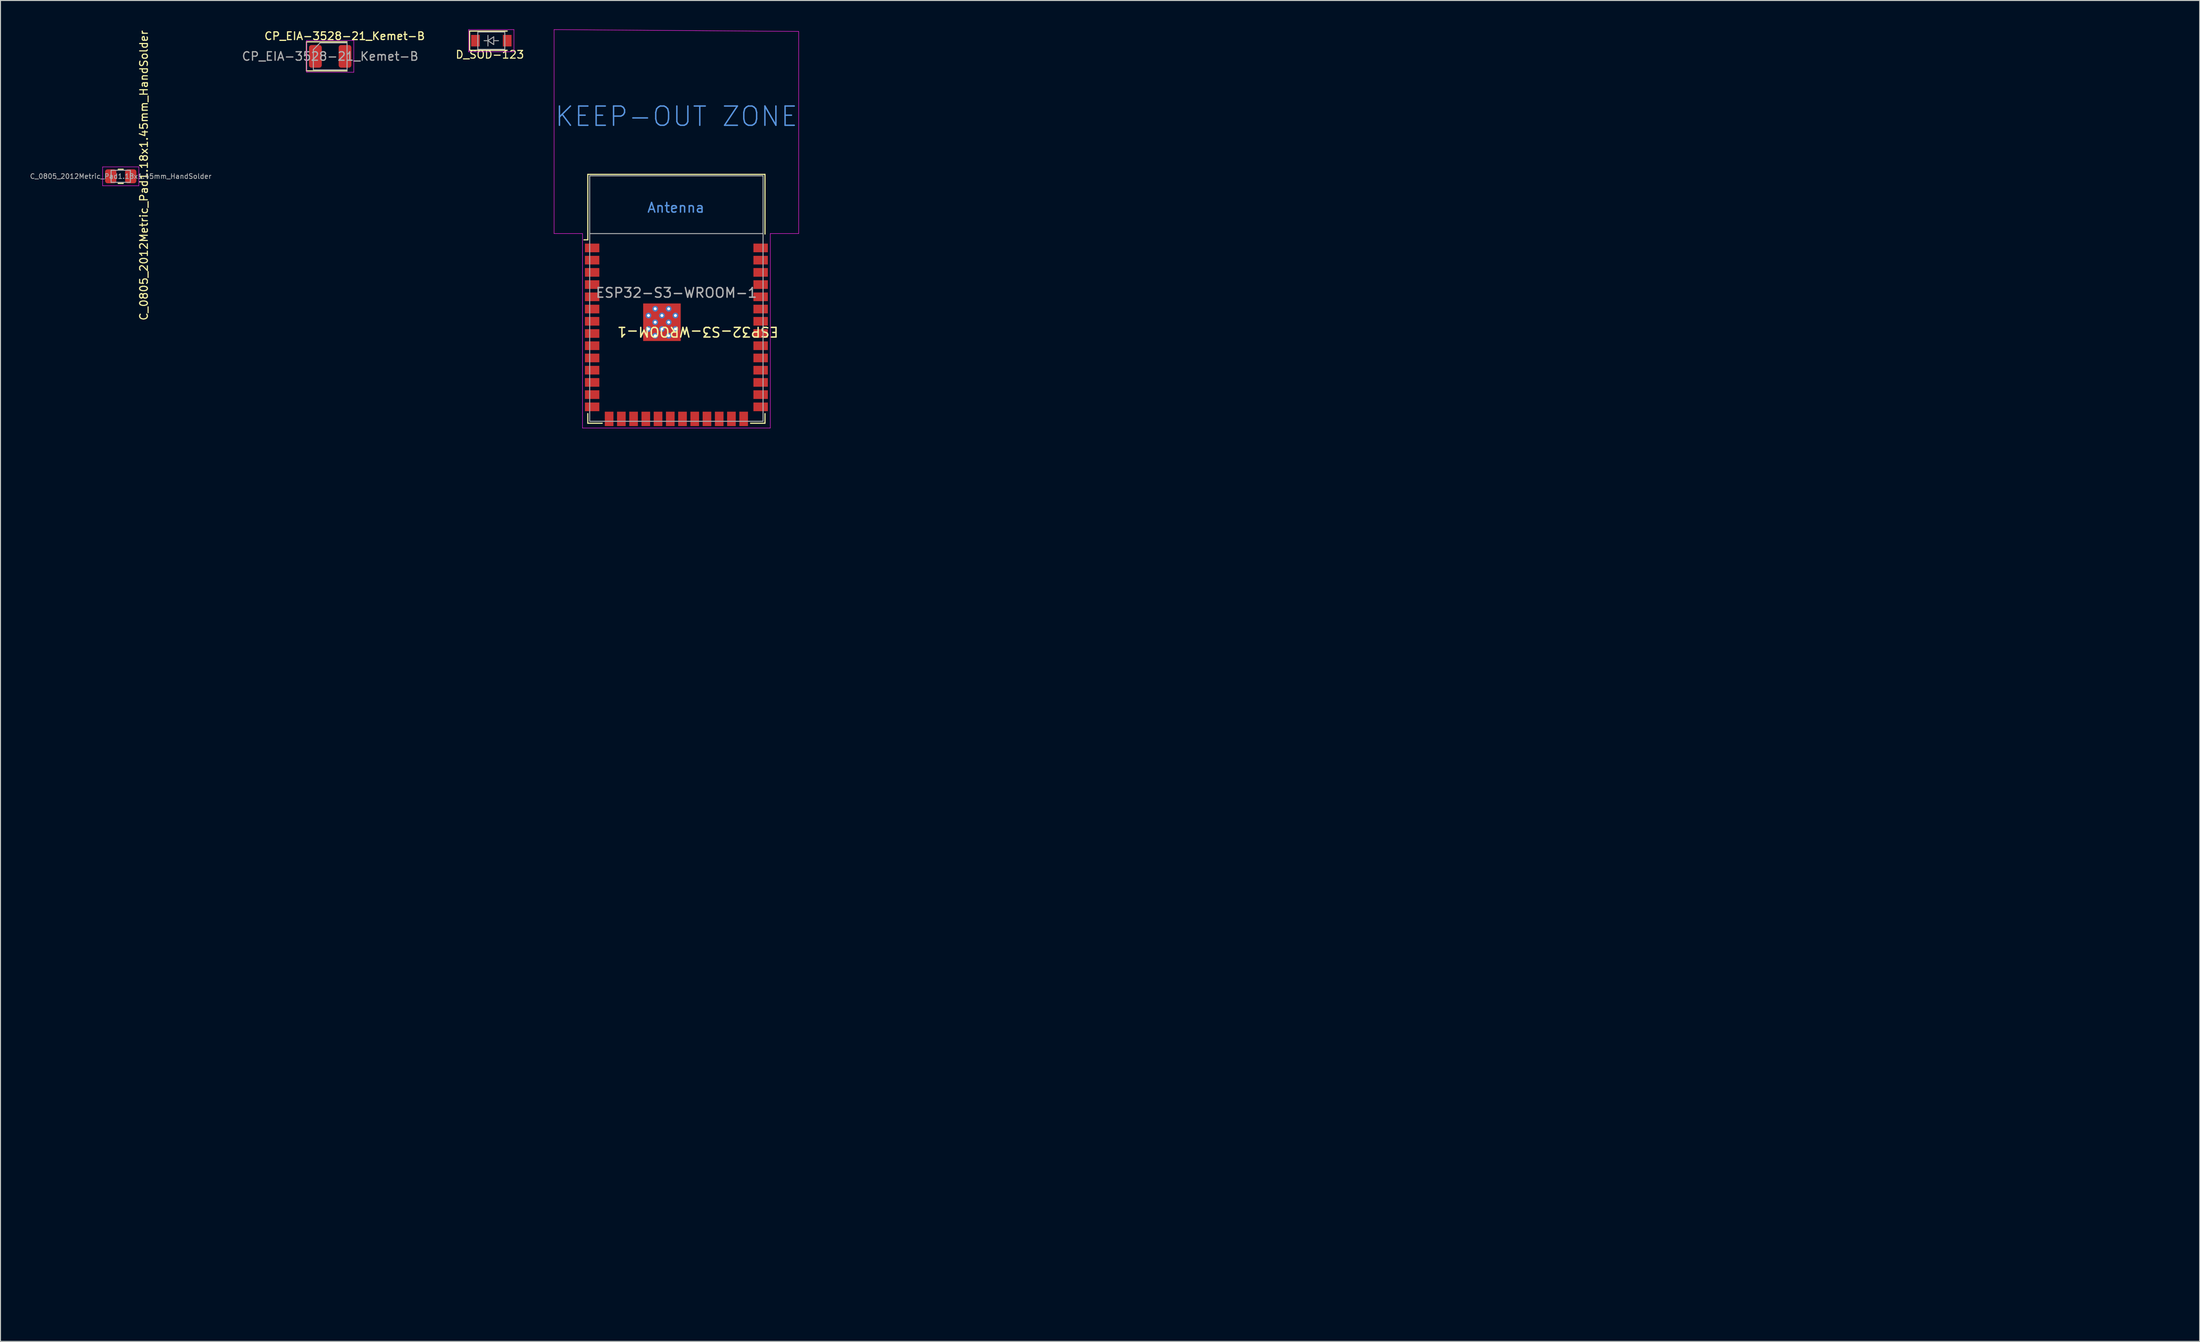
<source format=kicad_pcb>
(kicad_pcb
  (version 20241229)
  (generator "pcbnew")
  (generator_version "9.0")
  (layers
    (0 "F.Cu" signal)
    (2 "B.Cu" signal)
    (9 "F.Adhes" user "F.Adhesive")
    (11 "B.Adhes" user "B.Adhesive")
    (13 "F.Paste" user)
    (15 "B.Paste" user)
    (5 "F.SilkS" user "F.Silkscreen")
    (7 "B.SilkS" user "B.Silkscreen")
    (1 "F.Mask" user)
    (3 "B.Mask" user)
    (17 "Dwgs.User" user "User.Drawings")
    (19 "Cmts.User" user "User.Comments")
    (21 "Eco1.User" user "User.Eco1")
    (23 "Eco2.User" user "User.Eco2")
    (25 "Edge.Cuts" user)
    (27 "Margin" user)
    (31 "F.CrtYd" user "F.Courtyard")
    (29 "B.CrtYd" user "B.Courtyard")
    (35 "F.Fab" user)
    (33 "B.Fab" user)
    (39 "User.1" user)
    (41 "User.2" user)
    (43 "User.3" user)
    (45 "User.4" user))
  (footprint "CP_EIA-3528-21_Kemet-B"
    (layer "F.Cu")
    (at 31.237 2.804)
    (property "Reference" "CP_EIA-3528-21_Kemet-B" (at 1.5 -2.107 0) (layer "F.SilkS") (effects (font (size 0.8 0.8) (thickness 0.13))))
    (attr smd)
    (fp_line (start -2.46 -1.51) (end -2.46 1.51) (stroke (width 0.12) (type solid)) (layer "F.SilkS"))
    (fp_line (start -2.46 1.51) (end 1.75 1.51) (stroke (width 0.12) (type solid)) (layer "F.SilkS"))
    (fp_line (start 1.75 -1.51) (end -2.46 -1.51) (stroke (width 0.12) (type solid)) (layer "F.SilkS"))
    (fp_line (start -2.45 -1.65) (end 2.45 -1.65) (stroke (width 0.05) (type solid)) (layer "F.CrtYd"))
    (fp_line (start -2.45 1.65) (end -2.45 -1.65) (stroke (width 0.05) (type solid)) (layer "F.CrtYd"))
    (fp_line (start 2.45 -1.65) (end 2.45 1.65) (stroke (width 0.05) (type solid)) (layer "F.CrtYd"))
    (fp_line (start 2.45 1.65) (end -2.45 1.65) (stroke (width 0.05) (type solid)) (layer "F.CrtYd"))
    (fp_line (start -1.75 -0.7) (end -1.75 1.4) (stroke (width 0.1) (type solid)) (layer "F.Fab"))
    (fp_line (start -1.75 1.4) (end 1.75 1.4) (stroke (width 0.1) (type solid)) (layer "F.Fab"))
    (fp_line (start -1.05 -1.4) (end -1.75 -0.7) (stroke (width 0.1) (type solid)) (layer "F.Fab"))
    (fp_line (start 1.75 -1.4) (end -1.05 -1.4) (stroke (width 0.1) (type solid)) (layer "F.Fab"))
    (fp_line (start 1.75 1.4) (end 1.75 -1.4) (stroke (width 0.1) (type solid)) (layer "F.Fab"))
    (fp_text user "${REFERENCE}" (at 0 0 0) (layer "F.Fab") (effects (font (size 0.88 0.88) (thickness 0.13))))
    (pad "1" smd roundrect (at -1.538 0) (size 1.325 2.35) (layers "F.Cu" "F.Mask" "F.Paste") (roundrect_rratio 0.189))
    (pad "2" smd roundrect (at 1.538 0) (size 1.325 2.35) (layers "F.Cu" "F.Mask" "F.Paste") (roundrect_rratio 0.189)))
  (footprint "D_SOD-123"
    (layer "F.Cu")
    (at 47.968 1.175)
    (property "Reference" "D_SOD-123" (at -0.15 1.45 180) (layer "F.SilkS") (effects (font (size 0.8 0.8) (thickness 0.12))))
    (attr smd)
    (fp_line (start -2.25 -1) (end -2.25 1) (stroke (width 0.12) (type solid)) (layer "F.SilkS"))
    (fp_line (start -2.25 -1) (end 1.65 -1) (stroke (width 0.12) (type solid)) (layer "F.SilkS"))
    (fp_line (start -2.25 1) (end 1.65 1) (stroke (width 0.12) (type solid)) (layer "F.SilkS"))
    (fp_line (start -2.35 -1.15) (end -2.35 1.15) (stroke (width 0.05) (type solid)) (layer "F.CrtYd"))
    (fp_line (start -2.35 -1.15) (end 2.35 -1.15) (stroke (width 0.05) (type solid)) (layer "F.CrtYd"))
    (fp_line (start 2.35 -1.15) (end 2.35 1.15) (stroke (width 0.05) (type solid)) (layer "F.CrtYd"))
    (fp_line (start 2.35 1.15) (end -2.35 1.15) (stroke (width 0.05) (type solid)) (layer "F.CrtYd"))
    (fp_line (start -1.4 -0.9) (end 1.4 -0.9) (stroke (width 0.1) (type solid)) (layer "F.Fab"))
    (fp_line (start -1.4 0.9) (end -1.4 -0.9) (stroke (width 0.1) (type solid)) (layer "F.Fab"))
    (fp_line (start -0.75 0) (end -0.35 0) (stroke (width 0.1) (type solid)) (layer "F.Fab"))
    (fp_line (start -0.35 0) (end -0.35 -0.55) (stroke (width 0.1) (type solid)) (layer "F.Fab"))
    (fp_line (start -0.35 0) (end -0.35 0.55) (stroke (width 0.1) (type solid)) (layer "F.Fab"))
    (fp_line (start -0.35 0) (end 0.25 -0.4) (stroke (width 0.1) (type solid)) (layer "F.Fab"))
    (fp_line (start 0.25 -0.4) (end 0.25 0.4) (stroke (width 0.1) (type solid)) (layer "F.Fab"))
    (fp_line (start 0.25 0) (end 0.75 0) (stroke (width 0.1) (type solid)) (layer "F.Fab"))
    (fp_line (start 0.25 0.4) (end -0.35 0) (stroke (width 0.1) (type solid)) (layer "F.Fab"))
    (fp_line (start 1.4 -0.9) (end 1.4 0.9) (stroke (width 0.1) (type solid)) (layer "F.Fab"))
    (fp_line (start 1.4 0.9) (end -1.4 0.9) (stroke (width 0.1) (type solid)) (layer "F.Fab"))
    (pad "1" smd rect (at -1.65 0) (size 0.9 1.2) (layers "F.Cu" "F.Mask" "F.Paste"))
    (pad "2" smd rect (at 1.65 0) (size 0.9 1.2) (layers "F.Cu" "F.Mask" "F.Paste")))
  (footprint "C_0805_2012Metric_Pad1.18x1.45mm_HandSolder"
    (layer "F.Cu")
    (at 9.487 15.267)
    (property "Reference" "C_0805_2012Metric_Pad1.18x1.45mm_HandSolder" (at 2.4 -0.1 90) (layer "F.SilkS") (effects (font (size 0.8 0.8) (thickness 0.12))))
    (attr smd)
    (fp_line (start -0.261 -0.735) (end 0.261 -0.735) (stroke (width 0.12) (type solid)) (layer "F.SilkS"))
    (fp_line (start -0.261 0.735) (end 0.261 0.735) (stroke (width 0.12) (type solid)) (layer "F.SilkS"))
    (fp_line (start -1.88 -0.98) (end 1.88 -0.98) (stroke (width 0.05) (type solid)) (layer "F.CrtYd"))
    (fp_line (start -1.88 0.98) (end -1.88 -0.98) (stroke (width 0.05) (type solid)) (layer "F.CrtYd"))
    (fp_line (start 1.88 -0.98) (end 1.88 0.98) (stroke (width 0.05) (type solid)) (layer "F.CrtYd"))
    (fp_line (start 1.88 0.98) (end -1.88 0.98) (stroke (width 0.05) (type solid)) (layer "F.CrtYd"))
    (fp_line (start -1 -0.625) (end 1 -0.625) (stroke (width 0.1) (type solid)) (layer "F.Fab"))
    (fp_line (start -1 0.625) (end -1 -0.625) (stroke (width 0.1) (type solid)) (layer "F.Fab"))
    (fp_line (start 1 -0.625) (end 1 0.625) (stroke (width 0.1) (type solid)) (layer "F.Fab"))
    (fp_line (start 1 0.625) (end -1 0.625) (stroke (width 0.1) (type solid)) (layer "F.Fab"))
    (fp_text user "${REFERENCE}" (at 0 0 0) (layer "F.Fab") (effects (font (size 0.5 0.5) (thickness 0.08))))
    (pad "1" smd roundrect (at -1.038 0) (size 1.175 1.45) (layers "F.Cu" "F.Mask" "F.Paste") (roundrect_rratio 0.213))
    (pad "2" smd roundrect (at 1.038 0) (size 1.175 1.45) (layers "F.Cu" "F.Mask" "F.Paste") (roundrect_rratio 0.213)))
  (footprint "ESP32-S3-WROOM-1"
    (layer "F.Cu")
    (at 67.186 27.965)
    (property "Reference" "ESP32-S3-WROOM-1" (at 2.226 3.45 180) (unlocked yes) (layer "F.SilkS") (effects (font (size 1 1) (thickness 0.15))))
    (attr smd)
    (fp_line (start -9.2 -12.9) (end 9.2 -12.9) (stroke (width 0.12) (type solid)) (layer "F.SilkS"))
    (fp_line (start -9.2 -6.1) (end -9.6 -6.1) (stroke (width 0.12) (type solid)) (layer "F.SilkS"))
    (fp_line (start -9.2 -6.1) (end -9.2 -12.9) (stroke (width 0.12) (type solid)) (layer "F.SilkS"))
    (fp_line (start -9.2 11.95) (end -9.2 12.95) (stroke (width 0.12) (type solid)) (layer "F.SilkS"))
    (fp_line (start -9.2 12.95) (end -7.7 12.95) (stroke (width 0.12) (type solid)) (layer "F.SilkS"))
    (fp_line (start 9.2 -12.9) (end 9.2 -6.7) (stroke (width 0.12) (type solid)) (layer "F.SilkS"))
    (fp_line (start 9.2 12.95) (end 7.7 12.95) (stroke (width 0.12) (type solid)) (layer "F.SilkS"))
    (fp_line (start 9.2 12.95) (end 9.2 11.95) (stroke (width 0.12) (type solid)) (layer "F.SilkS"))
    (fp_line (start -12.7 -27.94) (end -12.7 -6.75) (stroke (width 0.05) (type solid)) (layer "F.CrtYd"))
    (fp_line (start -12.7 -6.75) (end -9.75 -6.75) (stroke (width 0.05) (type solid)) (layer "F.CrtYd"))
    (fp_line (start -9.75 13.45) (end -9.75 -6.75) (stroke (width 0.05) (type solid)) (layer "F.CrtYd"))
    (fp_line (start -9.75 13.45) (end 9.75 13.45) (stroke (width 0.05) (type solid)) (layer "F.CrtYd"))
    (fp_line (start 9.75 -6.75) (end 9.75 13.45) (stroke (width 0.05) (type solid)) (layer "F.CrtYd"))
    (fp_line (start 9.75 -6.75) (end 12.7 -6.75) (stroke (width 0.05) (type solid)) (layer "F.CrtYd"))
    (fp_line (start 12.7 -27.75) (end -12.7 -27.94) (stroke (width 0.05) (type solid)) (layer "F.CrtYd"))
    (fp_line (start 12.7 -6.75) (end 12.7 -27.75) (stroke (width 0.05) (type solid)) (layer "F.CrtYd"))
    (fp_line (start -9 -12.75) (end 9 -12.75) (stroke (width 0.1) (type solid)) (layer "F.Fab"))
    (fp_line (start -9 -6.75) (end 9 -6.75) (stroke (width 0.1) (type solid)) (layer "F.Fab"))
    (fp_line (start -9 12.75) (end -9 -12.75) (stroke (width 0.1) (type solid)) (layer "F.Fab"))
    (fp_line (start -9 12.75) (end 9 12.75) (stroke (width 0.1) (type solid)) (layer "F.Fab"))
    (fp_line (start 9 12.75) (end 9 -12.75) (stroke (width 0.1) (type solid)) (layer "F.Fab"))
    (fp_text user "KEEP-OUT ZONE" (at 0 -18.92 0) (layer "Cmts.User") (effects (font (size 2 2) (thickness 0.15))))
    (fp_text user "Antenna" (at -0.05 -9.44 0) (layer "Cmts.User") (effects (font (size 1 1) (thickness 0.15))))
    (fp_text user "${REFERENCE}" (at 0 -0.6 0) (unlocked yes) (layer "F.Fab") (effects (font (size 1 1) (thickness 0.15))))
    (pad "" smd rect (at -2.9 1.06) (size 0.9 0.9) (layers "F.Paste"))
    (pad "" smd rect (at -2.9 2.46 270) (size 0.9 0.9) (layers "F.Paste"))
    (pad "" smd rect (at -2.9 3.86) (size 0.9 0.9) (layers "F.Paste"))
    (pad "" smd rect (at -1.5 1.06 270) (size 0.9 0.9) (layers "F.Paste"))
    (pad "" smd rect (at -1.5 2.46 270) (size 0.9 0.9) (layers "F.Paste"))
    (pad "" smd rect (at -1.5 3.86 270) (size 0.9 0.9) (layers "F.Paste"))
    (pad "" smd rect (at -0.1 1.06 270) (size 0.9 0.9) (layers "F.Paste"))
    (pad "" smd rect (at -0.1 2.46 270) (size 0.9 0.9) (layers "F.Paste"))
    (pad "" smd rect (at -0.1 3.86 270) (size 0.9 0.9) (layers "F.Paste"))
    (pad "1" smd rect (at -8.75 -5.26) (size 1.5 0.9) (layers "F.Cu" "F.Mask" "F.Paste"))
    (pad "2" smd rect (at -8.75 -3.99) (size 1.5 0.9) (layers "F.Cu" "F.Mask" "F.Paste"))
    (pad "3" smd rect (at -8.75 -2.72) (size 1.5 0.9) (layers "F.Cu" "F.Mask" "F.Paste"))
    (pad "4" smd rect (at -8.75 -1.45) (size 1.5 0.9) (layers "F.Cu" "F.Mask" "F.Paste"))
    (pad "5" smd rect (at -8.75 -0.18) (size 1.5 0.9) (layers "F.Cu" "F.Mask" "F.Paste"))
    (pad "6" smd rect (at -8.75 1.09) (size 1.5 0.9) (layers "F.Cu" "F.Mask" "F.Paste"))
    (pad "7" smd rect (at -8.75 2.36) (size 1.5 0.9) (layers "F.Cu" "F.Mask" "F.Paste"))
    (pad "8" smd rect (at -8.75 3.63) (size 1.5 0.9) (layers "F.Cu" "F.Mask" "F.Paste"))
    (pad "9" smd rect (at -8.75 4.9) (size 1.5 0.9) (layers "F.Cu" "F.Mask" "F.Paste"))
    (pad "10" smd rect (at -8.75 6.17) (size 1.5 0.9) (layers "F.Cu" "F.Mask" "F.Paste"))
    (pad "11" smd rect (at -8.75 7.44) (size 1.5 0.9) (layers "F.Cu" "F.Mask" "F.Paste"))
    (pad "12" smd rect (at -8.75 8.71) (size 1.5 0.9) (layers "F.Cu" "F.Mask" "F.Paste"))
    (pad "13" smd rect (at -8.75 9.98) (size 1.5 0.9) (layers "F.Cu" "F.Mask" "F.Paste"))
    (pad "14" smd rect (at -8.75 11.25 180) (size 1.5 0.9) (layers "F.Cu" "F.Mask" "F.Paste"))
    (pad "15" smd rect (at -6.985 12.5 270) (size 1.5 0.9) (layers "F.Cu" "F.Mask" "F.Paste"))
    (pad "16" smd rect (at -5.715 12.5 270) (size 1.5 0.9) (layers "F.Cu" "F.Mask" "F.Paste"))
    (pad "17" smd rect (at -4.445 12.5 270) (size 1.5 0.9) (layers "F.Cu" "F.Mask" "F.Paste"))
    (pad "18" smd rect (at -3.175 12.5 270) (size 1.5 0.9) (layers "F.Cu" "F.Mask" "F.Paste"))
    (pad "19" smd rect (at -1.905 12.5 270) (size 1.5 0.9) (layers "F.Cu" "F.Mask" "F.Paste"))
    (pad "20" smd rect (at -0.635 12.5 270) (size 1.5 0.9) (layers "F.Cu" "F.Mask" "F.Paste"))
    (pad "21" smd rect (at 0.635 12.5 270) (size 1.5 0.9) (layers "F.Cu" "F.Mask" "F.Paste"))
    (pad "22" smd rect (at 1.905 12.5 270) (size 1.5 0.9) (layers "F.Cu" "F.Mask" "F.Paste"))
    (pad "23" smd rect (at 3.175 12.5 270) (size 1.5 0.9) (layers "F.Cu" "F.Mask" "F.Paste"))
    (pad "24" smd rect (at 4.445 12.5 270) (size 1.5 0.9) (layers "F.Cu" "F.Mask" "F.Paste"))
    (pad "25" smd rect (at 5.715 12.5 270) (size 1.5 0.9) (layers "F.Cu" "F.Mask" "F.Paste"))
    (pad "26" smd rect (at 6.985 12.5 270) (size 1.5 0.9) (layers "F.Cu" "F.Mask" "F.Paste"))
    (pad "27" smd rect (at 8.75 11.25) (size 1.5 0.9) (layers "F.Cu" "F.Mask" "F.Paste"))
    (pad "28" smd rect (at 8.75 9.98) (size 1.5 0.9) (layers "F.Cu" "F.Mask" "F.Paste"))
    (pad "29" smd rect (at 8.75 8.71) (size 1.5 0.9) (layers "F.Cu" "F.Mask" "F.Paste"))
    (pad "30" smd rect (at 8.75 7.44) (size 1.5 0.9) (layers "F.Cu" "F.Mask" "F.Paste"))
    (pad "31" smd rect (at 8.75 6.17) (size 1.5 0.9) (layers "F.Cu" "F.Mask" "F.Paste"))
    (pad "32" smd rect (at 8.75 4.9) (size 1.5 0.9) (layers "F.Cu" "F.Mask" "F.Paste"))
    (pad "33" smd rect (at 8.75 3.63) (size 1.5 0.9) (layers "F.Cu" "F.Mask" "F.Paste"))
    (pad "34" smd rect (at 8.75 2.36) (size 1.5 0.9) (layers "F.Cu" "F.Mask" "F.Paste"))
    (pad "35" smd rect (at 8.75 1.09) (size 1.5 0.9) (layers "F.Cu" "F.Mask" "F.Paste"))
    (pad "36" smd rect (at 8.75 -0.18) (size 1.5 0.9) (layers "F.Cu" "F.Mask" "F.Paste"))
    (pad "37" smd rect (at 8.75 -1.45) (size 1.5 0.9) (layers "F.Cu" "F.Mask" "F.Paste"))
    (pad "38" smd rect (at 8.75 -2.72) (size 1.5 0.9) (layers "F.Cu" "F.Mask" "F.Paste"))
    (pad "39" smd rect (at 8.75 -3.99) (size 1.5 0.9) (layers "F.Cu" "F.Mask" "F.Paste"))
    (pad "40" smd rect (at 8.75 -5.26) (size 1.5 0.9) (layers "F.Cu" "F.Mask" "F.Paste"))
    (pad "41" thru_hole circle (at -2.9 1.76 90) (size 0.6 0.6) (drill 0.3) (property pad_prop_heatsink) (layers "*.Cu" "F.Mask"))
    (pad "41" thru_hole circle (at -2.9 3.16) (size 0.6 0.6) (drill 0.3) (property pad_prop_heatsink) (layers "*.Cu" "F.Mask"))
    (pad "41" thru_hole circle (at -2.2 1.06) (size 0.6 0.6) (drill 0.3) (property pad_prop_heatsink) (layers "*.Cu" "F.Mask"))
    (pad "41" thru_hole circle (at -2.2 2.46) (size 0.6 0.6) (drill 0.3) (property pad_prop_heatsink) (layers "*.Cu" "F.Mask"))
    (pad "41" thru_hole circle (at -2.2 3.86) (size 0.6 0.6) (drill 0.3) (property pad_prop_heatsink) (layers "*.Cu" "F.Mask"))
    (pad "41" thru_hole circle (at -1.5 1.76) (size 0.6 0.6) (drill 0.3) (property pad_prop_heatsink) (layers "*.Cu" "F.Mask"))
    (pad "41" smd rect (at -1.5 2.46 270) (size 3.9 3.9) (layers "F.Cu" "F.Mask"))
    (pad "41" thru_hole circle (at -1.5 3.16) (size 0.6 0.6) (drill 0.3) (property pad_prop_heatsink) (layers "*.Cu" "F.Mask"))
    (pad "41" thru_hole circle (at -0.8 1.06) (size 0.6 0.6) (drill 0.3) (property pad_prop_heatsink) (layers "*.Cu" "F.Mask"))
    (pad "41" thru_hole circle (at -0.8 2.46) (size 0.6 0.6) (drill 0.3) (property pad_prop_heatsink) (layers "*.Cu" "F.Mask"))
    (pad "41" thru_hole circle (at -0.8 3.86) (size 0.6 0.6) (drill 0.3) (property pad_prop_heatsink) (layers "*.Cu" "F.Mask"))
    (pad "41" thru_hole circle (at -0.1 1.76) (size 0.6 0.6) (drill 0.3) (property pad_prop_heatsink) (layers "*.Cu" "F.Mask"))
    (pad "41" thru_hole circle (at -0.1 3.16) (size 0.6 0.6) (drill 0.3) (property pad_prop_heatsink) (layers "*.Cu" "F.Mask"))
    (zone (net_name "") (layers "F.Cu" "B.Cu") (hatch full 0.508) (connect_pads) (min_thickness 0.254) (filled_areas_thickness no) (keepout (tracks not_allowed) (vias not_allowed) (pads not_allowed) (copperpour not_allowed) (footprints not_allowed)) (placement (enabled no)) (fill) (polygon (pts (xy 196.962 133.295) (xy 222.362 133.295) (xy 222.362 115.705) (xy 196.962 115.705)))))
  (gr_rect
    (start -3 -3)
    (end 225.362 136.295)
    (stroke (width 0.1) (type default))
    (fill no)
    (layer "Edge.Cuts")))
</source>
